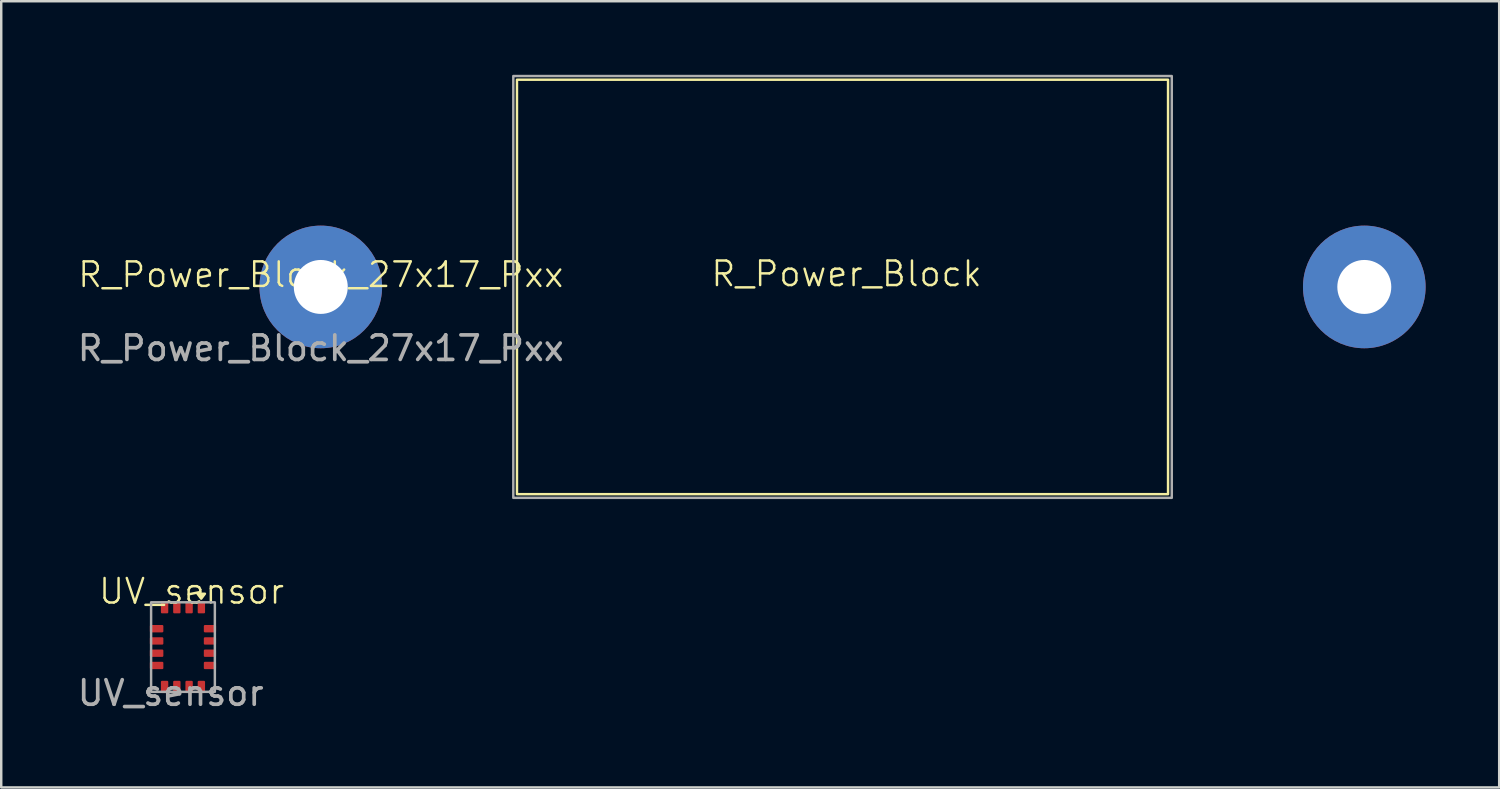
<source format=kicad_pcb>
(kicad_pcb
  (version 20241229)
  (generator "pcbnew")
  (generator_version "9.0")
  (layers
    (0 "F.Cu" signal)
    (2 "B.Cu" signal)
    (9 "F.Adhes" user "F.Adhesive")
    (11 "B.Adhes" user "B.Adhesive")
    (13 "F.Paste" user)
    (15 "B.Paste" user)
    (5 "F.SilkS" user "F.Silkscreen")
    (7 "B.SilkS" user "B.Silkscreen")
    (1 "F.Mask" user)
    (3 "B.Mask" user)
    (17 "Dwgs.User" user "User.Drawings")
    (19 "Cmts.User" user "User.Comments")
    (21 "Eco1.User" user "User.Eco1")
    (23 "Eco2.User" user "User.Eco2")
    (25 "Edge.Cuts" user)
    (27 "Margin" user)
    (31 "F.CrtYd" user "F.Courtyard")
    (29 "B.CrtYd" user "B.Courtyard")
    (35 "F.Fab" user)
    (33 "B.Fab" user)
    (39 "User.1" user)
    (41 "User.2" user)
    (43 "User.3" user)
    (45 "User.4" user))
  (footprint "UV_sensor"
    (layer "F.Cu")
    (at 3.111 25.16)
    (property "Reference" "UV_sensor" (at 1.65 -4.1 0) (unlocked yes) (layer "F.SilkS") (effects (font (size 1 1) (thickness 0.1))))
    (attr smd)
    (fp_poly (pts (xy 1.894 -4) (xy 2.044 -3.8) (xy 2.194 -4)) (stroke (width 0.1) (type solid)) (fill yes) (layer "F.SilkS"))
    (fp_rect (start 0 -3.65) (end 2.6 0) (stroke (width 0.1) (type default)) (fill no) (layer "F.Fab"))
    (fp_text user "${REFERENCE}" (at 0.8 0.05 0) (unlocked yes) (layer "F.Fab") (effects (font (size 1 1) (thickness 0.15))))
    (pad "1" smd roundrect (at 2.05 -3.45) (size 0.3 0.5) (layers "F.Cu" "F.Mask" "F.Paste") (roundrect_rratio 0.15))
    (pad "2" smd roundrect (at 1.55 -3.45) (size 0.3 0.5) (layers "F.Cu" "F.Mask" "F.Paste") (roundrect_rratio 0.15))
    (pad "3" smd roundrect (at 1.05 -3.45) (size 0.3 0.5) (layers "F.Cu" "F.Mask" "F.Paste") (roundrect_rratio 0.15))
    (pad "4" smd roundrect (at 0.55 -3.45) (size 0.3 0.5) (layers "F.Cu" "F.Mask" "F.Paste") (roundrect_rratio 0.15))
    (pad "5" smd roundrect (at 0.225 -2.575 90) (size 0.3 0.55) (layers "F.Cu" "F.Mask" "F.Paste") (roundrect_rratio 0.15))
    (pad "6" smd roundrect (at 0.225 -2.075 90) (size 0.3 0.55) (layers "F.Cu" "F.Mask" "F.Paste") (roundrect_rratio 0.15))
    (pad "7" smd roundrect (at 0.225 -1.575 90) (size 0.3 0.55) (layers "F.Cu" "F.Mask" "F.Paste") (roundrect_rratio 0.15))
    (pad "8" smd roundrect (at 0.225 -1.075 90) (size 0.3 0.55) (layers "F.Cu" "F.Mask" "F.Paste") (roundrect_rratio 0.15))
    (pad "9" smd roundrect (at 0.55 -0.2) (size 0.3 0.5) (layers "F.Cu" "F.Mask" "F.Paste") (roundrect_rratio 0.15))
    (pad "10" smd roundrect (at 1.05 -0.2) (size 0.3 0.5) (layers "F.Cu" "F.Mask" "F.Paste") (roundrect_rratio 0.15))
    (pad "11" smd roundrect (at 1.55 -0.2) (size 0.3 0.5) (layers "F.Cu" "F.Mask" "F.Paste") (roundrect_rratio 0.15))
    (pad "12" smd roundrect (at 2.05 -0.2) (size 0.3 0.5) (layers "F.Cu" "F.Mask" "F.Paste") (roundrect_rratio 0.15))
    (pad "13" smd roundrect (at 2.4 -1.075 90) (size 0.3 0.5) (layers "F.Cu" "F.Mask" "F.Paste") (roundrect_rratio 0.15))
    (pad "14" smd roundrect (at 2.4 -1.575 90) (size 0.3 0.5) (layers "F.Cu" "F.Mask" "F.Paste") (roundrect_rratio 0.15))
    (pad "15" smd roundrect (at 2.4 -2.075 90) (size 0.3 0.5) (layers "F.Cu" "F.Mask" "F.Paste") (roundrect_rratio 0.15))
    (pad "16" smd roundrect (at 2.4 -2.575 90) (size 0.3 0.5) (layers "F.Cu" "F.Mask" "F.Paste") (roundrect_rratio 0.15)))
  (footprint "R_Power_Block_27x17_Pxx"
    (layer "F.Cu")
    (at 10.03 8.65)
    (property "Reference" "R_Power_Block_27x17_Pxx" (at 0 -0.5 0) (unlocked yes) (layer "F.SilkS") (effects (font (size 1 1) (thickness 0.1))))
    (attr smd)
    (fp_rect (start 8 -8.45) (end 34.548 8.45) (stroke (width 0.1) (type default)) (fill no) (layer "F.SilkS"))
    (fp_rect (start 7.85 -8.6) (end 34.7 8.6) (stroke (width 0.1) (type default)) (fill no) (layer "F.Fab"))
    (fp_text user "R_Power_Block" (at 15.85 0.05 0) (unlocked yes) (layer "F.SilkS") (effects (font (size 1 1) (thickness 0.1)) (justify left bottom)))
    (fp_text user "${REFERENCE}" (at 0 2.5 0) (unlocked yes) (layer "F.Fab") (effects (font (size 1 1) (thickness 0.15))))
    (pad "1" thru_hole circle (at 0 0) (size 5 5) (drill 2.2) (layers "*.Cu" "*.Mask"))
    (pad "2" thru_hole circle (at 42.55 0) (size 5 5) (drill 2.2) (layers "*.Cu" "*.Mask")))
  (gr_rect
    (start -3 -3)
    (end 58.08 29.059)
    (stroke (width 0.1) (type default))
    (fill no)
    (layer "Edge.Cuts")))
</source>
